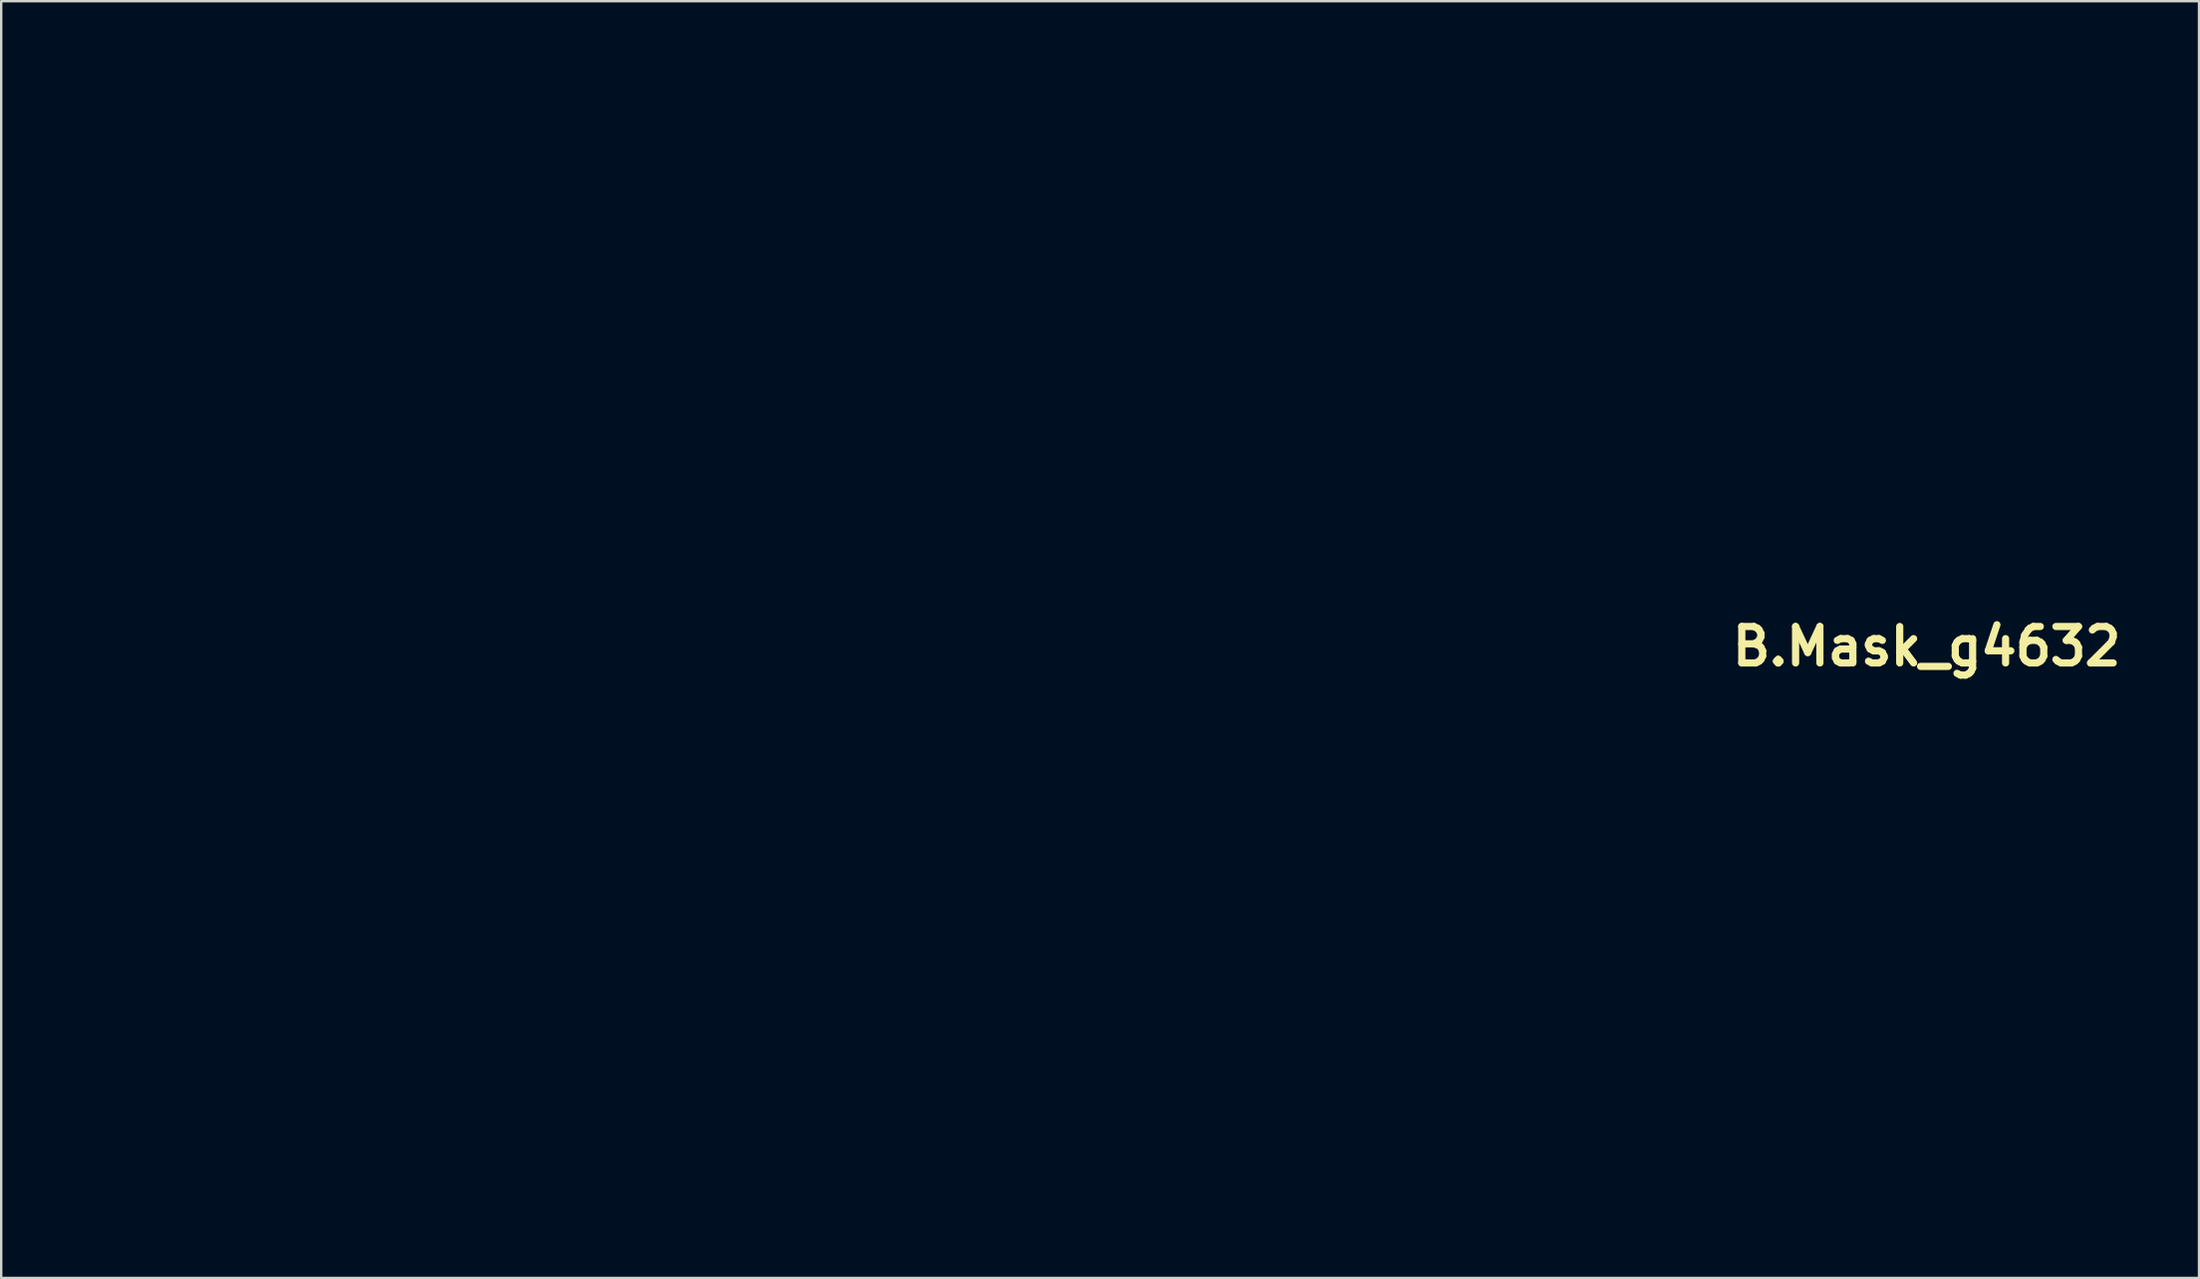
<source format=kicad_pcb>
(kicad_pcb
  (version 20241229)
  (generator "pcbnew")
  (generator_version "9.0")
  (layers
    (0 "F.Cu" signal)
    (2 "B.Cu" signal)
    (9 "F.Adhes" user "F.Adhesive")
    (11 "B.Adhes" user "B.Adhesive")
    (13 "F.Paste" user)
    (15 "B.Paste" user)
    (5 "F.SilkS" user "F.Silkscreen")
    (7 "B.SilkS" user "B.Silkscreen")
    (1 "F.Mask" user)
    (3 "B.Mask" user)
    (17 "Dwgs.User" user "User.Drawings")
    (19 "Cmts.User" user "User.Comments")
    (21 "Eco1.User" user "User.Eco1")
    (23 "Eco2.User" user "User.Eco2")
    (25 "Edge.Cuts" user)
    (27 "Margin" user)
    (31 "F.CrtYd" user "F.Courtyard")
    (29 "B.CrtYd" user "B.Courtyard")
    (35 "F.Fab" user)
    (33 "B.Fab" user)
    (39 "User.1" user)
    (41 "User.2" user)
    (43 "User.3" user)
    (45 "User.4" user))
  (footprint "B.Mask_g4632"
    (layer "F.Cu")
    (at 77.517 23.99)
    (property "Reference" "B.Mask_g4632" (at 0 0 0) (layer "F.SilkS") (effects (font (size 1.524 1.524) (thickness 0.3))))
    (attr through_hole)
    (fp_poly (pts (xy -40.351 -23.977) (xy -40.113 -23.905) (xy -39.936 -23.788) (xy -39.913 -23.764) (xy -39.879 -23.695) (xy -39.832 -23.552) (xy -39.775 -23.344) (xy -39.71 -23.08) (xy -39.645 -22.796) (xy -39.155 -20.748) (xy -38.594 -18.728) (xy -37.959 -16.726) (xy -37.248 -14.732) (xy -36.456 -12.738) (xy -36.214 -12.165) (xy -35.622 -10.831) (xy -34.976 -9.464) (xy -34.287 -8.085) (xy -33.565 -6.717) (xy -32.822 -5.38) (xy -32.069 -4.096) (xy -31.893 -3.806) (xy -31.541 -3.231) (xy -30.767 -3.137) (xy -30.097 -3.057) (xy -29.35 -2.972) (xy -28.524 -2.88) (xy -27.619 -2.782) (xy -26.634 -2.678) (xy -25.567 -2.567) (xy -24.418 -2.449) (xy -23.187 -2.325) (xy -22.087 -2.216) (xy -21.547 -2.162) (xy -21.086 -2.115) (xy -20.699 -2.075) (xy -20.38 -2.04) (xy -20.123 -2.01) (xy -19.925 -1.985) (xy -19.779 -1.963) (xy -19.68 -1.944) (xy -19.622 -1.928) (xy -19.601 -1.914) (xy -19.6 -1.911) (xy -19.613 -1.854) (xy -19.647 -1.73) (xy -19.699 -1.553) (xy -19.765 -1.337) (xy -19.837 -1.106) (xy -19.977 -0.665) (xy -20.14 -0.156) (xy -20.32 0.41) (xy -20.515 1.02) (xy -20.721 1.661) (xy -20.933 2.323) (xy -21.148 2.993) (xy -21.362 3.658) (xy -21.571 4.307) (xy -21.77 4.927) (xy -21.957 5.507) (xy -22.128 6.034) (xy -22.144 6.083) (xy -22.818 8.166) (xy -22.748 8.313) (xy -22.719 8.382) (xy -22.704 8.449) (xy -22.704 8.532) (xy -22.721 8.652) (xy -22.755 8.826) (xy -22.774 8.918) (xy -22.843 9.214) (xy -22.912 9.435) (xy -22.985 9.588) (xy -23.067 9.683) (xy -23.164 9.728) (xy -23.227 9.735) (xy -23.283 9.751) (xy -23.329 9.807) (xy -23.378 9.921) (xy -23.405 10.001) (xy -23.433 10.089) (xy -23.485 10.249) (xy -23.557 10.474) (xy -23.648 10.756) (xy -23.754 11.087) (xy -23.873 11.459) (xy -24.003 11.863) (xy -24.141 12.293) (xy -24.279 12.721) (xy -24.499 13.406) (xy -24.722 14.095) (xy -24.946 14.783) (xy -25.169 15.466) (xy -25.389 16.139) (xy -25.605 16.796) (xy -25.815 17.433) (xy -26.018 18.046) (xy -26.212 18.629) (xy -26.396 19.178) (xy -26.568 19.687) (xy -26.725 20.153) (xy -26.868 20.569) (xy -26.993 20.933) (xy -27.1 21.237) (xy -27.187 21.479) (xy -27.252 21.652) (xy -27.293 21.753) (xy -27.307 21.777) (xy -27.344 21.765) (xy -27.398 21.685) (xy -27.435 21.608) (xy -27.475 21.512) (xy -27.541 21.351) (xy -27.633 21.122) (xy -27.752 20.825) (xy -27.898 20.46) (xy -28.071 20.024) (xy -28.273 19.517) (xy -28.502 18.938) (xy -28.76 18.287) (xy -29.047 17.562) (xy -29.363 16.762) (xy -29.709 15.887) (xy -30.084 14.935) (xy -30.491 13.905) (xy -30.657 13.483) (xy -31.227 12.039) (xy -31.765 10.672) (xy -32.274 9.38) (xy -32.754 8.161) (xy -33.204 7.014) (xy -33.627 5.936) (xy -34.023 4.927) (xy -34.391 3.984) (xy -34.734 3.106) (xy -35.052 2.29) (xy -35.345 1.536) (xy -35.614 0.841) (xy -35.859 0.203) (xy -36.083 -0.379) (xy -36.284 -0.907) (xy -36.464 -1.383) (xy -36.623 -1.808) (xy -36.763 -2.184) (xy -36.883 -2.514) (xy -36.985 -2.798) (xy -37.069 -3.039) (xy -37.136 -3.238) (xy -37.186 -3.397) (xy -37.22 -3.519) (xy -37.24 -3.603) (xy -37.244 -3.653) (xy -37.24 -3.668) (xy -37.192 -3.672) (xy -37.07 -3.669) (xy -36.885 -3.659) (xy -36.645 -3.644) (xy -36.362 -3.624) (xy -36.046 -3.6) (xy -35.846 -3.583) (xy -35.447 -3.552) (xy -35.062 -3.525) (xy -34.702 -3.502) (xy -34.374 -3.485) (xy -34.087 -3.474) (xy -33.85 -3.468) (xy -33.673 -3.469) (xy -33.562 -3.476) (xy -33.528 -3.489) (xy -33.548 -3.53) (xy -33.604 -3.628) (xy -33.685 -3.769) (xy -33.78 -3.93) (xy -34.105 -4.489) (xy -34.455 -5.11) (xy -34.818 -5.774) (xy -35.188 -6.464) (xy -35.553 -7.163) (xy -35.906 -7.854) (xy -36.236 -8.519) (xy -36.536 -9.142) (xy -36.556 -9.186) (xy -37.304 -10.839) (xy -37.999 -12.506) (xy -38.64 -14.177) (xy -39.223 -15.845) (xy -39.745 -17.5) (xy -40.204 -19.134) (xy -40.595 -20.736) (xy -40.787 -21.632) (xy -40.845 -21.911) (xy -40.907 -22.198) (xy -40.968 -22.468) (xy -41.022 -22.694) (xy -41.048 -22.797) (xy -41.099 -23.025) (xy -41.137 -23.256) (xy -41.16 -23.475) (xy -41.166 -23.662) (xy -41.155 -23.801) (xy -41.127 -23.871) (xy -41.055 -23.905) (xy -40.925 -23.937) (xy -40.761 -23.963) (xy -40.591 -23.98) (xy -40.439 -23.985) (xy -40.351 -23.977)) (stroke (width 0.01) (type solid)) (fill yes) (layer "B.Mask"))
    (fp_poly (pts (xy -8.469 -23.763) (xy -8.414 -23.676) (xy -8.338 -23.529) (xy -8.242 -23.322) (xy -8.124 -23.053) (xy -7.985 -22.721) (xy -7.824 -22.325) (xy -7.64 -21.864) (xy -7.434 -21.335) (xy -7.203 -20.739) (xy -6.949 -20.074) (xy -6.671 -19.339) (xy -6.367 -18.532) (xy -6.039 -17.652) (xy -5.684 -16.699) (xy -5.303 -15.671) (xy -4.896 -14.566) (xy -4.461 -13.384) (xy -4.001 -12.129) (xy -3.776 -11.514) (xy -3.545 -10.882) (xy -3.312 -10.241) (xy -3.079 -9.6) (xy -2.848 -8.966) (xy -2.624 -8.349) (xy -2.409 -7.755) (xy -2.207 -7.194) (xy -2.019 -6.673) (xy -1.849 -6.201) (xy -1.7 -5.786) (xy -1.576 -5.437) (xy -1.502 -5.228) (xy -1.413 -4.976) (xy -1.332 -4.745) (xy -1.263 -4.55) (xy -1.211 -4.405) (xy -1.182 -4.323) (xy -1.18 -4.318) (xy -1.125 -4.236) (xy -1.024 -4.208) (xy -1.012 -4.207) (xy -0.907 -4.186) (xy -0.812 -4.122) (xy -0.72 -4.007) (xy -0.622 -3.83) (xy -0.509 -3.581) (xy -0.508 -3.578) (xy -0.408 -3.315) (xy -0.356 -3.108) (xy -0.353 -2.948) (xy -0.397 -2.822) (xy -0.482 -2.724) (xy -0.589 -2.632) (xy -0.364 -2.089) (xy -0.267 -1.848) (xy -0.149 -1.55) (xy -0.012 -1.201) (xy 0.14 -0.806) (xy 0.305 -0.373) (xy 0.482 0.092) (xy 0.668 0.583) (xy 0.859 1.093) (xy 1.055 1.616) (xy 1.253 2.147) (xy 1.45 2.677) (xy 1.644 3.202) (xy 1.832 3.714) (xy 2.013 4.208) (xy 2.184 4.677) (xy 2.342 5.114) (xy 2.486 5.514) (xy 2.612 5.869) (xy 2.719 6.174) (xy 2.804 6.422) (xy 2.865 6.607) (xy 2.9 6.723) (xy 2.907 6.753) (xy 2.918 6.87) (xy 2.907 6.926) (xy 2.867 6.942) (xy 2.853 6.943) (xy 2.797 6.922) (xy 2.678 6.865) (xy 2.504 6.776) (xy 2.285 6.659) (xy 2.031 6.52) (xy 1.75 6.364) (xy 1.587 6.273) (xy 1.341 6.133) (xy 1.031 5.957) (xy 0.667 5.749) (xy 0.261 5.517) (xy -0.179 5.266) (xy -0.642 5.001) (xy -1.119 4.728) (xy -1.598 4.454) (xy -2.07 4.183) (xy -2.18 4.119) (xy -2.643 3.854) (xy -3.11 3.587) (xy -3.572 3.322) (xy -4.02 3.067) (xy -4.445 2.826) (xy -4.836 2.604) (xy -5.185 2.406) (xy -5.482 2.239) (xy -5.719 2.107) (xy -5.779 2.074) (xy -6.089 1.903) (xy -6.407 1.73) (xy -6.724 1.56) (xy -7.029 1.397) (xy -7.314 1.246) (xy -7.571 1.113) (xy -7.788 1.002) (xy -7.959 0.917) (xy -8.073 0.864) (xy -8.12 0.847) (xy -8.166 0.868) (xy -8.28 0.931) (xy -8.456 1.031) (xy -8.69 1.167) (xy -8.977 1.336) (xy -9.312 1.533) (xy -9.691 1.758) (xy -10.108 2.006) (xy -10.558 2.275) (xy -11.037 2.562) (xy -11.54 2.864) (xy -12.062 3.178) (xy -12.383 3.372) (xy -13.232 3.883) (xy -14.013 4.348) (xy -14.728 4.769) (xy -15.38 5.147) (xy -15.971 5.482) (xy -16.503 5.777) (xy -16.978 6.032) (xy -17.4 6.249) (xy -17.77 6.429) (xy -18.09 6.573) (xy -18.364 6.682) (xy -18.593 6.758) (xy -18.779 6.802) (xy -18.917 6.816) (xy -19.134 6.798) (xy -19.274 6.744) (xy -19.34 6.654) (xy -19.346 6.608) (xy -19.317 6.35) (xy -19.242 6.058) (xy -19.131 5.763) (xy -18.994 5.493) (xy -18.897 5.347) (xy -18.826 5.281) (xy -18.684 5.178) (xy -18.474 5.038) (xy -18.201 4.864) (xy -17.866 4.658) (xy -17.474 4.421) (xy -17.028 4.157) (xy -16.532 3.866) (xy -15.989 3.55) (xy -15.402 3.213) (xy -14.774 2.855) (xy -14.11 2.479) (xy -13.413 2.086) (xy -12.685 1.679) (xy -11.931 1.26) (xy -11.154 0.831) (xy -10.952 0.72) (xy -10.635 0.545) (xy -10.343 0.382) (xy -10.083 0.237) (xy -9.864 0.113) (xy -9.693 0.016) (xy -9.579 -0.051) (xy -9.53 -0.083) (xy -9.529 -0.085) (xy -9.564 -0.109) (xy -9.667 -0.171) (xy -9.828 -0.266) (xy -10.041 -0.39) (xy -10.298 -0.539) (xy -10.592 -0.708) (xy -10.916 -0.894) (xy -11.261 -1.092) (xy -11.622 -1.298) (xy -11.99 -1.508) (xy -12.359 -1.717) (xy -12.72 -1.922) (xy -13.067 -2.118) (xy -13.391 -2.301) (xy -13.687 -2.467) (xy -13.945 -2.611) (xy -14.16 -2.73) (xy -14.306 -2.81) (xy -14.658 -2.997) (xy -14.958 -3.15) (xy -15.2 -3.267) (xy -15.38 -3.345) (xy -15.494 -3.383) (xy -15.519 -3.387) (xy -15.566 -3.423) (xy -15.579 -3.484) (xy -15.565 -3.546) (xy -15.527 -3.678) (xy -15.467 -3.87) (xy -15.388 -4.111) (xy -15.295 -4.392) (xy -15.189 -4.702) (xy -15.109 -4.934) (xy -15.038 -5.138) (xy -14.942 -5.416) (xy -14.822 -5.761) (xy -14.681 -6.169) (xy -14.52 -6.633) (xy -14.343 -7.147) (xy -14.15 -7.706) (xy -13.943 -8.302) (xy -13.726 -8.93) (xy -13.5 -9.584) (xy -13.267 -10.259) (xy -13.029 -10.947) (xy -12.788 -11.644) (xy -12.657 -12.023) (xy -12.251 -13.198) (xy -11.872 -14.295) (xy -11.518 -15.318) (xy -11.189 -16.268) (xy -10.885 -17.147) (xy -10.603 -17.959) (xy -10.344 -18.705) (xy -10.106 -19.389) (xy -9.889 -20.012) (xy -9.691 -20.577) (xy -9.512 -21.087) (xy -9.351 -21.544) (xy -9.208 -21.951) (xy -9.08 -22.309) (xy -8.968 -22.622) (xy -8.87 -22.891) (xy -8.786 -23.12) (xy -8.715 -23.311) (xy -8.655 -23.466) (xy -8.607 -23.588) (xy -8.569 -23.679) (xy -8.539 -23.741) (xy -8.519 -23.778) (xy -8.506 -23.791) (xy -8.505 -23.791) (xy -8.469 -23.763)) (stroke (width 0.01) (type solid)) (fill yes) (layer "B.Mask"))
    (fp_poly (pts (xy -56.501 -23.956) (xy -56.336 -23.943) (xy -56.231 -23.923) (xy -56.216 -23.917) (xy -56.15 -23.838) (xy -56.132 -23.714) (xy -56.159 -23.567) (xy -56.231 -23.422) (xy -56.241 -23.409) (xy -56.326 -23.314) (xy -56.441 -23.212) (xy -56.563 -23.118) (xy -56.67 -23.052) (xy -56.733 -23.029) (xy -56.783 -23.005) (xy -56.889 -22.938) (xy -57.038 -22.836) (xy -57.219 -22.708) (xy -57.42 -22.562) (xy -57.63 -22.408) (xy -57.836 -22.252) (xy -58.026 -22.105) (xy -58.078 -22.064) (xy -59.091 -21.204) (xy -60.064 -20.271) (xy -60.995 -19.266) (xy -61.884 -18.19) (xy -62.73 -17.044) (xy -63.532 -15.83) (xy -64.288 -14.549) (xy -64.999 -13.203) (xy -65.663 -11.792) (xy -66.2 -10.515) (xy -66.295 -10.27) (xy -66.405 -9.974) (xy -66.526 -9.636) (xy -66.656 -9.263) (xy -66.793 -8.863) (xy -66.935 -8.444) (xy -67.079 -8.012) (xy -67.222 -7.576) (xy -67.363 -7.142) (xy -67.498 -6.72) (xy -67.625 -6.315) (xy -67.743 -5.937) (xy -67.847 -5.591) (xy -67.937 -5.286) (xy -68.009 -5.03) (xy -68.062 -4.83) (xy -68.092 -4.693) (xy -68.097 -4.627) (xy -68.095 -4.624) (xy -68.044 -4.617) (xy -67.912 -4.617) (xy -67.7 -4.622) (xy -67.412 -4.633) (xy -67.051 -4.65) (xy -66.619 -4.671) (xy -66.119 -4.698) (xy -65.554 -4.73) (xy -64.927 -4.766) (xy -64.24 -4.808) (xy -63.496 -4.853) (xy -62.698 -4.903) (xy -61.849 -4.958) (xy -60.951 -5.016) (xy -60.346 -5.056) (xy -59.833 -5.089) (xy -59.398 -5.118) (xy -59.034 -5.14) (xy -58.736 -5.158) (xy -58.496 -5.171) (xy -58.309 -5.18) (xy -58.168 -5.184) (xy -58.066 -5.185) (xy -57.998 -5.182) (xy -57.956 -5.175) (xy -57.935 -5.165) (xy -57.93 -5.16) (xy -57.928 -5.149) (xy -57.931 -5.125) (xy -57.939 -5.086) (xy -57.954 -5.029) (xy -57.977 -4.95) (xy -58.008 -4.847) (xy -58.048 -4.717) (xy -58.099 -4.557) (xy -58.162 -4.364) (xy -58.237 -4.134) (xy -58.325 -3.866) (xy -58.428 -3.555) (xy -58.547 -3.199) (xy -58.682 -2.796) (xy -58.834 -2.341) (xy -59.005 -1.832) (xy -59.196 -1.267) (xy -59.406 -0.641) (xy -59.639 0.047) (xy -59.893 0.801) (xy -60.171 1.625) (xy -60.473 2.519) (xy -60.801 3.489) (xy -61.088 4.339) (xy -61.613 5.89) (xy -62.11 7.362) (xy -62.582 8.756) (xy -63.028 10.075) (xy -63.448 11.318) (xy -63.844 12.489) (xy -64.216 13.588) (xy -64.564 14.616) (xy -64.889 15.575) (xy -65.191 16.466) (xy -65.471 17.291) (xy -65.729 18.051) (xy -65.966 18.748) (xy -66.181 19.382) (xy -66.377 19.956) (xy -66.552 20.471) (xy -66.708 20.927) (xy -66.844 21.327) (xy -66.963 21.672) (xy -67.063 21.963) (xy -67.146 22.202) (xy -67.211 22.389) (xy -67.26 22.527) (xy -67.293 22.617) (xy -67.31 22.66) (xy -67.312 22.664) (xy -67.344 22.647) (xy -67.399 22.568) (xy -67.465 22.443) (xy -67.48 22.41) (xy -67.567 22.213) (xy -67.681 21.942) (xy -67.819 21.604) (xy -67.979 21.206) (xy -68.158 20.754) (xy -68.354 20.255) (xy -68.564 19.714) (xy -68.787 19.139) (xy -69.019 18.535) (xy -69.259 17.909) (xy -69.503 17.267) (xy -69.75 16.617) (xy -69.996 15.963) (xy -70.24 15.313) (xy -70.48 14.673) (xy -70.712 14.05) (xy -70.934 13.449) (xy -71.144 12.877) (xy -71.339 12.341) (xy -71.517 11.846) (xy -71.676 11.4) (xy -71.813 11.009) (xy -71.835 10.943) (xy -72.2 9.885) (xy -72.333 9.898) (xy -72.437 9.891) (xy -72.516 9.834) (xy -72.557 9.782) (xy -72.674 9.585) (xy -72.795 9.323) (xy -72.912 9.012) (xy -73.019 8.671) (xy -73.022 8.662) (xy -73.076 8.462) (xy -73.109 8.322) (xy -73.121 8.221) (xy -73.116 8.138) (xy -73.095 8.05) (xy -73.089 8.031) (xy -73.071 7.966) (xy -73.061 7.907) (xy -73.064 7.841) (xy -73.081 7.756) (xy -73.117 7.64) (xy -73.174 7.481) (xy -73.256 7.265) (xy -73.35 7.022) (xy -73.521 6.579) (xy -73.707 6.097) (xy -73.905 5.579) (xy -74.114 5.033) (xy -74.331 4.462) (xy -74.555 3.871) (xy -74.784 3.267) (xy -75.016 2.654) (xy -75.248 2.038) (xy -75.48 1.423) (xy -75.708 0.816) (xy -75.931 0.22) (xy -76.148 -0.358) (xy -76.355 -0.914) (xy -76.552 -1.442) (xy -76.736 -1.937) (xy -76.905 -2.394) (xy -77.057 -2.808) (xy -77.191 -3.173) (xy -77.304 -3.485) (xy -77.395 -3.737) (xy -77.461 -3.926) (xy -77.501 -4.045) (xy -77.512 -4.088) (xy -77.51 -4.1) (xy -77.498 -4.111) (xy -77.471 -4.121) (xy -77.423 -4.13) (xy -77.347 -4.139) (xy -77.237 -4.148) (xy -77.087 -4.158) (xy -76.89 -4.169) (xy -76.641 -4.181) (xy -76.333 -4.195) (xy -75.96 -4.211) (xy -75.516 -4.23) (xy -74.994 -4.252) (xy -74.909 -4.256) (xy -74.019 -4.294) (xy -73.213 -4.331) (xy -72.49 -4.367) (xy -71.852 -4.402) (xy -71.296 -4.435) (xy -70.823 -4.468) (xy -70.433 -4.499) (xy -70.124 -4.529) (xy -69.897 -4.558) (xy -69.751 -4.586) (xy -69.693 -4.608) (xy -69.664 -4.658) (xy -69.619 -4.771) (xy -69.568 -4.928) (xy -69.535 -5.038) (xy -69.383 -5.56) (xy -69.207 -6.14) (xy -69.013 -6.76) (xy -68.808 -7.402) (xy -68.596 -8.05) (xy -68.383 -8.686) (xy -68.175 -9.293) (xy -67.978 -9.853) (xy -67.797 -10.349) (xy -67.791 -10.364) (xy -67.284 -11.625) (xy -66.703 -12.89) (xy -66.057 -14.146) (xy -65.355 -15.376) (xy -64.604 -16.566) (xy -63.814 -17.7) (xy -63.617 -17.965) (xy -63.102 -18.635) (xy -62.604 -19.253) (xy -62.107 -19.84) (xy -61.59 -20.415) (xy -61.037 -21) (xy -60.538 -21.508) (xy -60.044 -21.998) (xy -59.601 -22.426) (xy -59.207 -22.794) (xy -58.858 -23.105) (xy -58.551 -23.362) (xy -58.283 -23.567) (xy -58.052 -23.723) (xy -57.853 -23.833) (xy -57.691 -23.896) (xy -57.565 -23.921) (xy -57.384 -23.94) (xy -57.169 -23.953) (xy -56.937 -23.961) (xy -56.708 -23.962) (xy -56.501 -23.956)) (stroke (width 0.01) (type solid)) (fill yes) (layer "B.Mask"))
    (fp_poly (pts (xy -47.27 -22.871) (xy -47.254 -22.83) (xy -47.232 -22.769) (xy -47.184 -22.631) (xy -47.111 -22.422) (xy -47.013 -22.145) (xy -46.894 -21.804) (xy -46.753 -21.402) (xy -46.592 -20.944) (xy -46.413 -20.434) (xy -46.217 -19.875) (xy -46.006 -19.271) (xy -45.78 -18.627) (xy -45.542 -17.947) (xy -45.292 -17.233) (xy -45.031 -16.491) (xy -44.763 -15.724) (xy -44.486 -14.936) (xy -44.204 -14.131) (xy -43.917 -13.313) (xy -43.627 -12.485) (xy -43.336 -11.653) (xy -43.043 -10.819) (xy -42.752 -9.987) (xy -42.463 -9.163) (xy -42.178 -8.348) (xy -41.898 -7.548) (xy -41.624 -6.767) (xy -41.358 -6.008) (xy -41.101 -5.274) (xy -40.855 -4.572) (xy -40.62 -3.903) (xy -40.399 -3.272) (xy -40.193 -2.683) (xy -40.003 -2.14) (xy -39.83 -1.646) (xy -39.676 -1.207) (xy -39.542 -0.825) (xy -39.43 -0.504) (xy -39.341 -0.249) (xy -39.302 -0.14) (xy -39.146 0.308) (xy -38.998 0.733) (xy -38.861 1.128) (xy -38.737 1.486) (xy -38.629 1.801) (xy -38.538 2.065) (xy -38.468 2.271) (xy -38.421 2.414) (xy -38.398 2.486) (xy -38.396 2.493) (xy -38.438 2.501) (xy -38.565 2.507) (xy -38.775 2.513) (xy -39.07 2.516) (xy -39.449 2.519) (xy -39.913 2.52) (xy -40.461 2.519) (xy -41.094 2.517) (xy -41.811 2.514) (xy -42.548 2.51) (xy -46.699 2.484) (xy -46.675 2.586) (xy -46.66 2.65) (xy -46.627 2.786) (xy -46.58 2.984) (xy -46.519 3.235) (xy -46.449 3.528) (xy -46.371 3.854) (xy -46.29 4.191) (xy -46.132 4.853) (xy -45.994 5.445) (xy -45.875 5.977) (xy -45.774 6.459) (xy -45.688 6.903) (xy -45.617 7.32) (xy -45.559 7.721) (xy -45.512 8.116) (xy -45.476 8.516) (xy -45.448 8.933) (xy -45.427 9.377) (xy -45.411 9.859) (xy -45.4 10.39) (xy -45.394 10.824) (xy -45.388 11.598) (xy -45.393 12.3) (xy -45.41 12.942) (xy -45.441 13.537) (xy -45.487 14.099) (xy -45.548 14.637) (xy -45.628 15.167) (xy -45.726 15.699) (xy -45.844 16.246) (xy -45.984 16.821) (xy -46.08 17.19) (xy -46.154 17.454) (xy -46.248 17.77) (xy -46.358 18.128) (xy -46.482 18.518) (xy -46.615 18.931) (xy -46.755 19.355) (xy -46.898 19.782) (xy -47.04 20.201) (xy -47.179 20.602) (xy -47.311 20.977) (xy -47.433 21.313) (xy -47.541 21.603) (xy -47.633 21.835) (xy -47.703 22.001) (xy -47.725 22.045) (xy -47.762 22.136) (xy -47.813 22.284) (xy -47.869 22.465) (xy -47.9 22.571) (xy -47.982 22.842) (xy -48.061 23.044) (xy -48.153 23.186) (xy -48.272 23.282) (xy -48.431 23.341) (xy -48.645 23.375) (xy -48.928 23.395) (xy -48.954 23.396) (xy -49.172 23.407) (xy -49.323 23.411) (xy -49.423 23.406) (xy -49.488 23.391) (xy -49.536 23.362) (xy -49.584 23.318) (xy -49.589 23.313) (xy -49.676 23.184) (xy -49.699 23.08) (xy -49.683 23.006) (xy -49.636 22.868) (xy -49.564 22.68) (xy -49.473 22.455) (xy -49.368 22.208) (xy -49.337 22.137) (xy -48.857 21.016) (xy -48.435 19.951) (xy -48.067 18.936) (xy -47.752 17.965) (xy -47.489 17.034) (xy -47.274 16.136) (xy -47.219 15.875) (xy -47.104 15.214) (xy -47.01 14.475) (xy -46.937 13.663) (xy -46.886 12.782) (xy -46.857 11.836) (xy -46.85 11.007) (xy -46.852 10.585) (xy -46.856 10.195) (xy -46.865 9.827) (xy -46.878 9.476) (xy -46.898 9.136) (xy -46.924 8.798) (xy -46.959 8.457) (xy -47.003 8.105) (xy -47.057 7.736) (xy -47.123 7.343) (xy -47.201 6.92) (xy -47.292 6.458) (xy -47.397 5.953) (xy -47.518 5.396) (xy -47.656 4.782) (xy -47.811 4.103) (xy -47.984 3.352) (xy -48.096 2.871) (xy -48.139 2.694) (xy -48.175 2.583) (xy -48.211 2.52) (xy -48.256 2.49) (xy -48.295 2.479) (xy -48.381 2.469) (xy -48.547 2.458) (xy -48.79 2.446) (xy -49.106 2.434) (xy -49.49 2.421) (xy -49.939 2.408) (xy -50.449 2.394) (xy -51.016 2.379) (xy -51.635 2.365) (xy -52.303 2.351) (xy -53.016 2.337) (xy -53.636 2.325) (xy -54.11 2.316) (xy -54.558 2.306) (xy -54.975 2.296) (xy -55.352 2.286) (xy -55.683 2.276) (xy -55.96 2.267) (xy -56.177 2.258) (xy -56.325 2.25) (xy -56.398 2.243) (xy -56.405 2.241) (xy -56.422 2.193) (xy -56.418 2.097) (xy -56.392 1.95) (xy -56.342 1.749) (xy -56.268 1.49) (xy -56.168 1.17) (xy -56.041 0.785) (xy -55.887 0.332) (xy -55.704 -0.192) (xy -55.491 -0.792) (xy -55.457 -0.889) (xy -55.36 -1.157) (xy -55.236 -1.499) (xy -55.088 -1.909) (xy -54.916 -2.381) (xy -54.724 -2.908) (xy -54.514 -3.486) (xy -54.287 -4.108) (xy -54.046 -4.769) (xy -53.792 -5.462) (xy -53.529 -6.182) (xy -53.258 -6.923) (xy -52.981 -7.679) (xy -52.701 -8.444) (xy -52.419 -9.213) (xy -52.138 -9.979) (xy -51.86 -10.736) (xy -51.587 -11.479) (xy -51.321 -12.203) (xy -51.065 -12.9) (xy -50.82 -13.565) (xy -50.588 -14.193) (xy -50.373 -14.778) (xy -50.241 -15.134) (xy -50.139 -15.412) (xy -50.064 -15.624) (xy -50.011 -15.788) (xy -49.977 -15.916) (xy -49.958 -16.023) (xy -49.95 -16.125) (xy -49.95 -16.236) (xy -49.95 -16.256) (xy -49.945 -16.489) (xy -49.918 -16.731) (xy -49.866 -16.995) (xy -49.785 -17.292) (xy -49.673 -17.635) (xy -49.527 -18.035) (xy -49.446 -18.246) (xy -49.375 -18.428) (xy -49.314 -18.584) (xy -49.26 -18.728) (xy -49.205 -18.873) (xy -49.147 -19.033) (xy -49.079 -19.221) (xy -48.997 -19.45) (xy -48.895 -19.735) (xy -48.794 -20.019) (xy -48.664 -20.364) (xy -48.545 -20.632) (xy -48.435 -20.827) (xy -48.329 -20.955) (xy -48.223 -21.02) (xy -48.113 -21.029) (xy -48.054 -21.012) (xy -47.931 -20.966) (xy -47.815 -21.458) (xy -47.744 -21.741) (xy -47.668 -22.02) (xy -47.591 -22.282) (xy -47.517 -22.514) (xy -47.45 -22.703) (xy -47.394 -22.836) (xy -47.355 -22.898) (xy -47.307 -22.918) (xy -47.27 -22.871)) (stroke (width 0.01) (type solid)) (fill yes) (layer "B.Mask")))
  (gr_rect
    (start -3 -3)
    (end 88.907 50.406)
    (stroke (width 0.1) (type default))
    (fill no)
    (layer "Edge.Cuts")))
</source>
